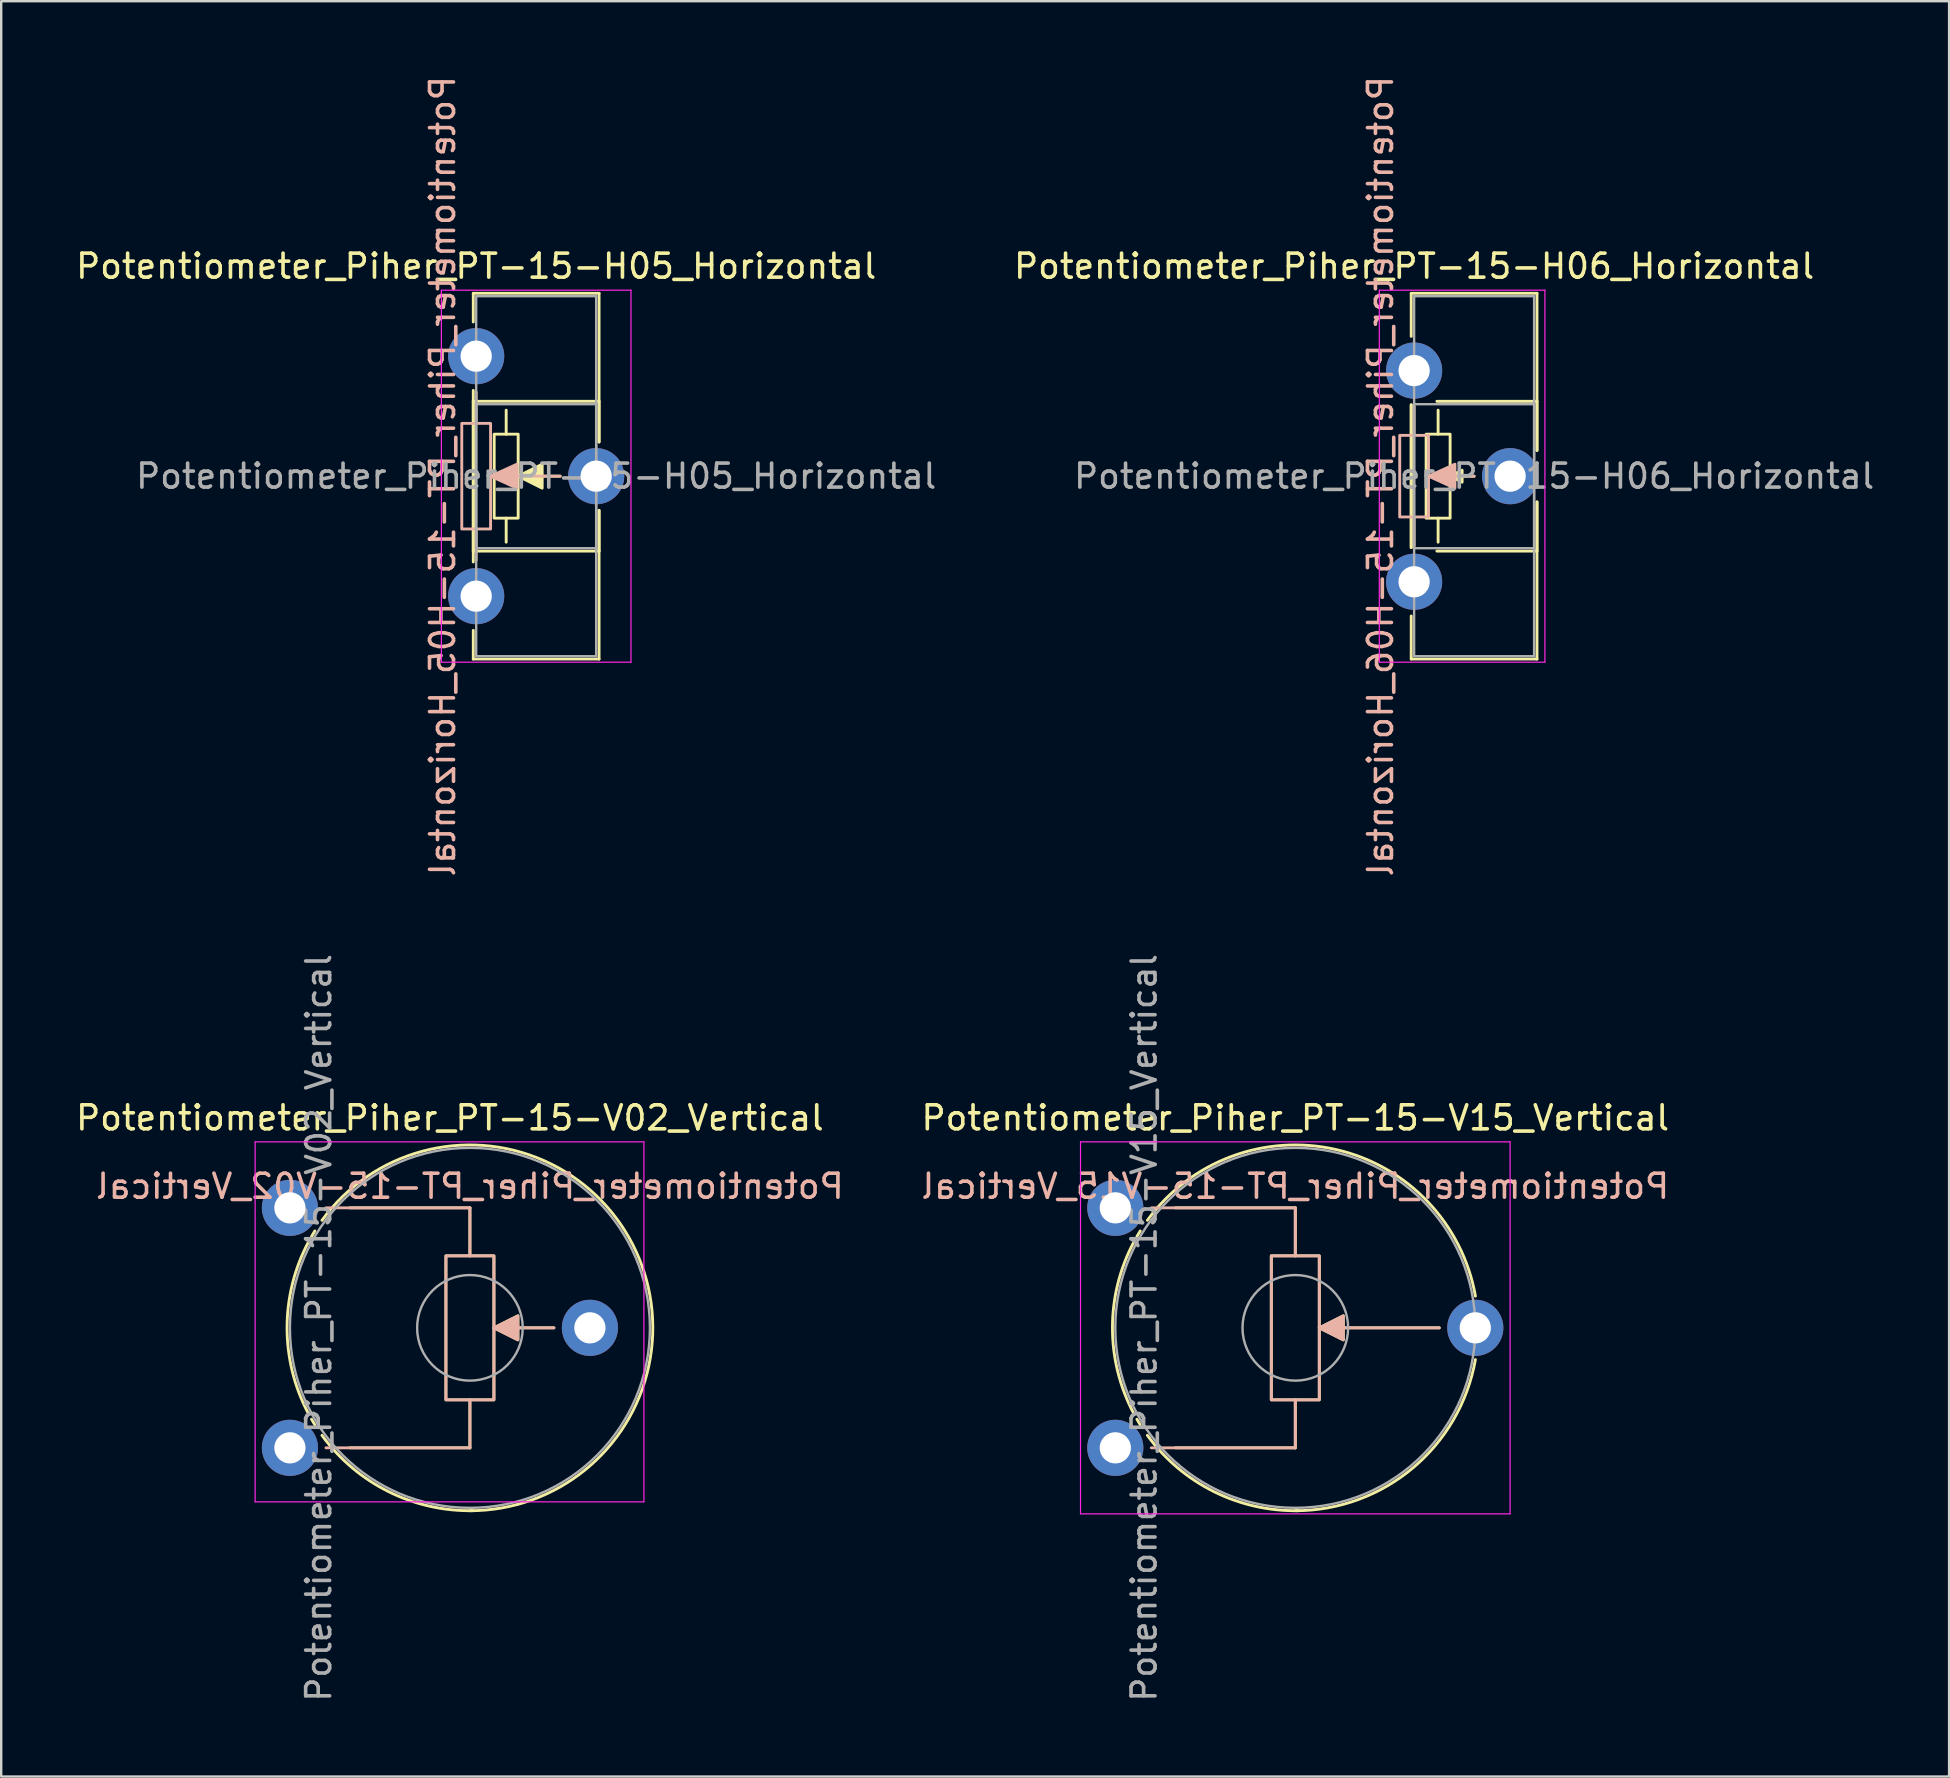
<source format=kicad_pcb>
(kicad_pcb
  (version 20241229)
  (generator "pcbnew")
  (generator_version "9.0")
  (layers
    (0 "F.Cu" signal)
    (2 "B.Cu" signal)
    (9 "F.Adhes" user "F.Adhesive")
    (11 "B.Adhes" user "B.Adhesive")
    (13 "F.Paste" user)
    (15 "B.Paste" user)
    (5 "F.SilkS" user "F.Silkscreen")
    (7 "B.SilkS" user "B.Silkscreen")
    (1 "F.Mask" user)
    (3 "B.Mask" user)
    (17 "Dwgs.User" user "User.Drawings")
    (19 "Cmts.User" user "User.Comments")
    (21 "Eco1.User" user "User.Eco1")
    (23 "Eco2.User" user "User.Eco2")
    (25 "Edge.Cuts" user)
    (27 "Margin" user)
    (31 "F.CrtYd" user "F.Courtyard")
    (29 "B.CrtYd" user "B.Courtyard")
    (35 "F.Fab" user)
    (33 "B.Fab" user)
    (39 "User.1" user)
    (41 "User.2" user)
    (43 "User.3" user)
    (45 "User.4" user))
  (footprint "Potentiometer_Piher_PT-15-V02_Vertical"
    (layer "F.Cu")
    (at 9.031 57.28)
    (property "Reference" "Potentiometer_Piher_PT-15-V02_Vertical" (at 6.665 -13.75 0) (layer "F.SilkS") (effects (font (size 1 1) (thickness 0.15))))
    (attr through_hole)
    (fp_line (start 2.5 -10) (end 7.5 -10) (stroke (width 0.12) (type solid)) (layer "F.SilkS"))
    (fp_line (start 7.5 -10) (end 7.5 -8) (stroke (width 0.12) (type solid)) (layer "F.SilkS"))
    (fp_line (start 7.5 -2) (end 7.5 0) (stroke (width 0.12) (type solid)) (layer "F.SilkS"))
    (fp_line (start 7.5 0) (end 2.5 0) (stroke (width 0.12) (type solid)) (layer "F.SilkS"))
    (fp_line (start 8.5 -5) (end 11 -5) (stroke (width 0.12) (type solid)) (layer "F.SilkS"))
    (fp_rect (start 6.5 -8) (end 8.5 -2) (stroke (width 0.12) (type solid)) (fill no) (layer "F.SilkS"))
    (fp_arc (start 0.772013 -1.423856) (mid -0.119358 -5.001051) (end 0.773 -8.578) (stroke (width 0.12) (type solid)) (layer "F.SilkS"))
    (fp_arc (start 0.902012 -8.810055) (mid 0.969511 -8.924625) (end 1.039 -9.038) (stroke (width 0.12) (type solid)) (layer "F.SilkS"))
    (fp_arc (start 1.037952 -0.963019) (mid 0.968481 -1.076412) (end 0.901 -1.191) (stroke (width 0.12) (type solid)) (layer "F.SilkS"))
    (fp_arc (start 1.335291 -9.478924) (mid 14.28947 -8.459407) (end 7.5 2.62) (stroke (width 0.12) (type solid)) (layer "F.SilkS"))
    (fp_arc (start 7.632064 2.618548) (mid 4.099288 1.818715) (end 1.335 -0.522) (stroke (width 0.12) (type solid)) (layer "F.SilkS"))
    (fp_poly (pts (xy 9.5 -4.5) (xy 8.5 -5) (xy 9.5 -5.5)) (stroke (width 0.12) (type solid)) (fill yes) (layer "F.SilkS"))
    (fp_line (start 1.5 -10) (end 7.5 -10) (stroke (width 0.12) (type solid)) (layer "B.SilkS"))
    (fp_line (start 7.5 -10) (end 7.5 -8) (stroke (width 0.12) (type solid)) (layer "B.SilkS"))
    (fp_line (start 7.5 -2) (end 7.5 0) (stroke (width 0.12) (type solid)) (layer "B.SilkS"))
    (fp_line (start 7.5 0) (end 1.5 0) (stroke (width 0.12) (type solid)) (layer "B.SilkS"))
    (fp_line (start 11 -5) (end 8.5 -5) (stroke (width 0.12) (type solid)) (layer "B.SilkS"))
    (fp_rect (start 6.5 -8) (end 8.5 -2) (stroke (width 0.12) (type solid)) (fill no) (layer "B.SilkS"))
    (fp_poly (pts (xy 9.5 -4.5) (xy 8.5 -5) (xy 9.5 -5.5)) (stroke (width 0.12) (type solid)) (fill yes) (layer "B.SilkS"))
    (fp_line (start -1.45 -12.75) (end -1.45 2.25) (stroke (width 0.05) (type solid)) (layer "F.CrtYd"))
    (fp_line (start -1.45 2.25) (end 14.75 2.25) (stroke (width 0.05) (type solid)) (layer "F.CrtYd"))
    (fp_line (start 14.75 -12.75) (end -1.45 -12.75) (stroke (width 0.05) (type solid)) (layer "F.CrtYd"))
    (fp_line (start 14.75 2.25) (end 14.75 -12.75) (stroke (width 0.05) (type solid)) (layer "F.CrtYd"))
    (fp_circle (center 7.5 -5) (end 9.7 -5) (stroke (width 0.1) (type solid)) (fill no) (layer "F.Fab"))
    (fp_circle (center 7.5 -5) (end 15 -5) (stroke (width 0.1) (type solid)) (fill no) (layer "F.Fab"))
    (fp_text user "${REFERENCE}" (at 7.5 -10.9 0) (unlocked yes) (layer "B.SilkS") (effects (font (size 1 1) (thickness 0.15)) (justify mirror)))
    (fp_text user "${REFERENCE}" (at 1.2 -5 90) (layer "F.Fab") (effects (font (size 1 1) (thickness 0.15))))
    (pad "1" thru_hole circle (at 0 0) (size 2.34 2.34) (drill 1.3) (layers "*.Cu" "*.Mask"))
    (pad "2" thru_hole circle (at 12.5 -5) (size 2.34 2.34) (drill 1.3) (layers "*.Cu" "*.Mask"))
    (pad "3" thru_hole circle (at 0 -10) (size 2.34 2.34) (drill 1.3) (layers "*.Cu" "*.Mask")))
  (footprint "Potentiometer_Piher_PT-15-H06_Horizontal"
    (layer "F.Cu")
    (at 55.875 12.392)
    (property "Reference" "Potentiometer_Piher_PT-15-H06_Horizontal" (at 0 -4.35 0) (layer "F.SilkS") (effects (font (size 1 1) (thickness 0.15))))
    (attr through_hole)
    (fp_line (start -0.121 -3.22) (end -0.121 -1.426) (stroke (width 0.12) (type solid)) (layer "F.SilkS"))
    (fp_line (start -0.121 -3.22) (end 5.12 -3.22) (stroke (width 0.12) (type solid)) (layer "F.SilkS"))
    (fp_line (start -0.121 1.426) (end -0.121 7.376) (stroke (width 0.12) (type solid)) (layer "F.SilkS"))
    (fp_line (start -0.121 1.426) (end -0.121 7.376) (stroke (width 0.12) (type solid)) (layer "F.SilkS"))
    (fp_line (start -0.121 10.226) (end -0.121 12.02) (stroke (width 0.12) (type solid)) (layer "F.SilkS"))
    (fp_line (start -0.121 12.02) (end 5.12 12.02) (stroke (width 0.12) (type solid)) (layer "F.SilkS"))
    (fp_line (start 0.948 1.281) (end 5.12 1.281) (stroke (width 0.12) (type solid)) (layer "F.SilkS"))
    (fp_line (start 0.948 7.52) (end 5.12 7.52) (stroke (width 0.12) (type solid)) (layer "F.SilkS"))
    (fp_line (start 1 2.65) (end 1 1.65) (stroke (width 0.12) (type solid)) (layer "F.SilkS"))
    (fp_line (start 1 6.15) (end 1 7.15) (stroke (width 0.12) (type solid)) (layer "F.SilkS"))
    (fp_line (start 2.5 4.4) (end 1.5 4.4) (stroke (width 0.12) (type solid)) (layer "F.SilkS"))
    (fp_line (start 5.12 -3.22) (end 5.12 3.328) (stroke (width 0.12) (type solid)) (layer "F.SilkS"))
    (fp_line (start 5.12 1.281) (end 5.12 3.328) (stroke (width 0.12) (type solid)) (layer "F.SilkS"))
    (fp_line (start 5.12 5.473) (end 5.12 7.52) (stroke (width 0.12) (type solid)) (layer "F.SilkS"))
    (fp_line (start 5.12 5.473) (end 5.12 12.02) (stroke (width 0.12) (type solid)) (layer "F.SilkS"))
    (fp_rect (start 0.5 2.65) (end 1.5 6.15) (stroke (width 0.12) (type solid)) (fill no) (layer "F.SilkS"))
    (fp_poly (pts (xy 2 4.65) (xy 1.5 4.4) (xy 2 4.15)) (stroke (width 0.12) (type solid)) (fill yes) (layer "F.SilkS"))
    (fp_line (start 0 2.7) (end 0 1.5) (stroke (width 0.12) (type solid)) (layer "B.SilkS"))
    (fp_line (start 0 6.1) (end 0 7.3) (stroke (width 0.12) (type solid)) (layer "B.SilkS"))
    (fp_line (start 2.5 4.4) (end 0.6 4.4) (stroke (width 0.12) (type solid)) (layer "B.SilkS"))
    (fp_rect (start -0.6 2.7) (end 0.6 6.1) (stroke (width 0.12) (type solid)) (fill no) (layer "B.SilkS"))
    (fp_poly (pts (xy 1.7 4.9) (xy 0.6 4.4) (xy 1.7 3.9)) (stroke (width 0.12) (type solid)) (fill yes) (layer "B.SilkS"))
    (fp_line (start -1.45 -3.35) (end -1.45 12.15) (stroke (width 0.05) (type solid)) (layer "F.CrtYd"))
    (fp_line (start -1.45 12.15) (end 5.45 12.15) (stroke (width 0.05) (type solid)) (layer "F.CrtYd"))
    (fp_line (start 5.45 -3.35) (end -1.45 -3.35) (stroke (width 0.05) (type solid)) (layer "F.CrtYd"))
    (fp_line (start 5.45 12.15) (end 5.45 -3.35) (stroke (width 0.05) (type solid)) (layer "F.CrtYd"))
    (fp_line (start 0 -3.1) (end 5 -3.1) (stroke (width 0.1) (type solid)) (layer "F.Fab"))
    (fp_line (start 0 1.4) (end 0 7.4) (stroke (width 0.1) (type solid)) (layer "F.Fab"))
    (fp_line (start 0 7.4) (end 5 7.4) (stroke (width 0.1) (type solid)) (layer "F.Fab"))
    (fp_line (start 0 11.9) (end 0 -3.1) (stroke (width 0.1) (type solid)) (layer "F.Fab"))
    (fp_line (start 5 -3.1) (end 5 11.9) (stroke (width 0.1) (type solid)) (layer "F.Fab"))
    (fp_line (start 5 1.4) (end 0 1.4) (stroke (width 0.1) (type solid)) (layer "F.Fab"))
    (fp_line (start 5 7.4) (end 5 1.4) (stroke (width 0.1) (type solid)) (layer "F.Fab"))
    (fp_line (start 5 11.9) (end 0 11.9) (stroke (width 0.1) (type solid)) (layer "F.Fab"))
    (fp_text user "${REFERENCE}" (at -1.4 4.4 90) (unlocked yes) (layer "B.SilkS") (effects (font (size 1 1) (thickness 0.15)) (justify mirror)))
    (fp_text user "${REFERENCE}" (at 2.5 4.4 0) (layer "F.Fab") (effects (font (size 1 1) (thickness 0.15))))
    (pad "1" thru_hole circle (at 0 0) (size 2.34 2.34) (drill 1.3) (layers "*.Cu" "*.Mask"))
    (pad "2" thru_hole circle (at 4 4.4) (size 2.34 2.34) (drill 1.3) (layers "*.Cu" "*.Mask"))
    (pad "3" thru_hole circle (at 0 8.8) (size 2.34 2.34) (drill 1.3) (layers "*.Cu" "*.Mask")))
  (footprint "Potentiometer_Piher_PT-15-H05_Horizontal"
    (layer "F.Cu")
    (at 16.792 11.792)
    (property "Reference" "Potentiometer_Piher_PT-15-H05_Horizontal" (at 0 -3.75 0) (layer "F.SilkS") (effects (font (size 1 1) (thickness 0.15))))
    (attr through_hole)
    (fp_line (start -0.121 -2.62) (end -0.121 -1.426) (stroke (width 0.12) (type solid)) (layer "F.SilkS"))
    (fp_line (start -0.121 -2.62) (end 5.12 -2.62) (stroke (width 0.12) (type solid)) (layer "F.SilkS"))
    (fp_line (start -0.121 1.426) (end -0.121 8.575) (stroke (width 0.12) (type solid)) (layer "F.SilkS"))
    (fp_line (start -0.121 1.88) (end -0.121 8.121) (stroke (width 0.12) (type solid)) (layer "F.SilkS"))
    (fp_line (start -0.121 1.88) (end 5.12 1.88) (stroke (width 0.12) (type solid)) (layer "F.SilkS"))
    (fp_line (start -0.121 8.121) (end 5.12 8.121) (stroke (width 0.12) (type solid)) (layer "F.SilkS"))
    (fp_line (start -0.121 11.425) (end -0.121 12.62) (stroke (width 0.12) (type solid)) (layer "F.SilkS"))
    (fp_line (start -0.121 12.62) (end 5.12 12.62) (stroke (width 0.12) (type solid)) (layer "F.SilkS"))
    (fp_line (start 1.25 3.25) (end 1.25 2.25) (stroke (width 0.12) (type solid)) (layer "F.SilkS"))
    (fp_line (start 1.25 6.75) (end 1.25 7.75) (stroke (width 0.12) (type solid)) (layer "F.SilkS"))
    (fp_line (start 3.5 5) (end 1.75 5) (stroke (width 0.12) (type solid)) (layer "F.SilkS"))
    (fp_line (start 5.12 -2.62) (end 5.12 3.575) (stroke (width 0.12) (type solid)) (layer "F.SilkS"))
    (fp_line (start 5.12 1.88) (end 5.12 3.575) (stroke (width 0.12) (type solid)) (layer "F.SilkS"))
    (fp_line (start 5.12 6.425) (end 5.12 8.121) (stroke (width 0.12) (type solid)) (layer "F.SilkS"))
    (fp_line (start 5.12 6.425) (end 5.12 12.62) (stroke (width 0.12) (type solid)) (layer "F.SilkS"))
    (fp_rect (start 0.75 3.25) (end 1.75 6.75) (stroke (width 0.12) (type solid)) (fill no) (layer "F.SilkS"))
    (fp_poly (pts (xy 2.75 5.5) (xy 1.75 5) (xy 2.75 4.5)) (stroke (width 0.12) (type solid)) (fill yes) (layer "F.SilkS"))
    (fp_line (start 0 2.8) (end 0 1.5) (stroke (width 0.12) (type solid)) (layer "B.SilkS"))
    (fp_line (start 0 7.2) (end 0 8.5) (stroke (width 0.12) (type solid)) (layer "B.SilkS"))
    (fp_line (start 3.5 5) (end 0.6 5) (stroke (width 0.12) (type solid)) (layer "B.SilkS"))
    (fp_rect (start -0.6 2.8) (end 0.6 7.2) (stroke (width 0.12) (type solid)) (fill no) (layer "B.SilkS"))
    (fp_poly (pts (xy 1.7 5.5) (xy 0.6 5) (xy 1.7 4.5)) (stroke (width 0.12) (type solid)) (fill yes) (layer "B.SilkS"))
    (fp_line (start -1.45 -2.75) (end -1.45 12.75) (stroke (width 0.05) (type solid)) (layer "F.CrtYd"))
    (fp_line (start -1.45 12.75) (end 6.45 12.75) (stroke (width 0.05) (type solid)) (layer "F.CrtYd"))
    (fp_line (start 6.45 -2.75) (end -1.45 -2.75) (stroke (width 0.05) (type solid)) (layer "F.CrtYd"))
    (fp_line (start 6.45 12.75) (end 6.45 -2.75) (stroke (width 0.05) (type solid)) (layer "F.CrtYd"))
    (fp_line (start 0 -2.5) (end 5 -2.5) (stroke (width 0.1) (type solid)) (layer "F.Fab"))
    (fp_line (start 0 2) (end 0 8) (stroke (width 0.1) (type solid)) (layer "F.Fab"))
    (fp_line (start 0 8) (end 5 8) (stroke (width 0.1) (type solid)) (layer "F.Fab"))
    (fp_line (start 0 12.5) (end 0 -2.5) (stroke (width 0.1) (type solid)) (layer "F.Fab"))
    (fp_line (start 5 -2.5) (end 5 12.5) (stroke (width 0.1) (type solid)) (layer "F.Fab"))
    (fp_line (start 5 2) (end 0 2) (stroke (width 0.1) (type solid)) (layer "F.Fab"))
    (fp_line (start 5 8) (end 5 2) (stroke (width 0.1) (type solid)) (layer "F.Fab"))
    (fp_line (start 5 12.5) (end 0 12.5) (stroke (width 0.1) (type solid)) (layer "F.Fab"))
    (fp_text user "${REFERENCE}" (at -1.4 5 90) (unlocked yes) (layer "B.SilkS") (effects (font (size 1 1) (thickness 0.15)) (justify mirror)))
    (fp_text user "${REFERENCE}" (at 2.5 5 0) (layer "F.Fab") (effects (font (size 1 1) (thickness 0.15))))
    (pad "1" thru_hole circle (at 0 0) (size 2.34 2.34) (drill 1.3) (layers "*.Cu" "*.Mask"))
    (pad "2" thru_hole circle (at 5 5) (size 2.34 2.34) (drill 1.3) (layers "*.Cu" "*.Mask"))
    (pad "3" thru_hole circle (at 0 10) (size 2.34 2.34) (drill 1.3) (layers "*.Cu" "*.Mask")))
  (footprint "Potentiometer_Piher_PT-15-V15_Vertical"
    (layer "F.Cu")
    (at 43.424 57.28)
    (property "Reference" "Potentiometer_Piher_PT-15-V15_Vertical" (at 7.5 -13.75 0) (layer "F.SilkS") (effects (font (size 1 1) (thickness 0.15))))
    (attr through_hole)
    (fp_line (start 2.5 -10) (end 7.5 -10) (stroke (width 0.12) (type solid)) (layer "F.SilkS"))
    (fp_line (start 7.5 -10) (end 7.5 -8) (stroke (width 0.12) (type solid)) (layer "F.SilkS"))
    (fp_line (start 7.5 -2) (end 7.5 0) (stroke (width 0.12) (type solid)) (layer "F.SilkS"))
    (fp_line (start 7.5 0) (end 2.5 0) (stroke (width 0.12) (type solid)) (layer "F.SilkS"))
    (fp_line (start 9 -5) (end 13.5 -5) (stroke (width 0.12) (type solid)) (layer "F.SilkS"))
    (fp_rect (start 6.5 -8) (end 8.5 -2) (stroke (width 0.12) (type solid)) (fill no) (layer "F.SilkS"))
    (fp_arc (start 0.772013 -1.423856) (mid -0.119358 -5.001051) (end 0.773 -8.578) (stroke (width 0.12) (type solid)) (layer "F.SilkS"))
    (fp_arc (start 0.902012 -8.810055) (mid 0.969511 -8.924625) (end 1.039 -9.038) (stroke (width 0.12) (type solid)) (layer "F.SilkS"))
    (fp_arc (start 1.037952 -0.963019) (mid 0.968481 -1.076412) (end 0.901 -1.191) (stroke (width 0.12) (type solid)) (layer "F.SilkS"))
    (fp_arc (start 1.335622 -9.480307) (mid 9.21553 -12.424935) (end 15.005 -6.322) (stroke (width 0.12) (type solid)) (layer "F.SilkS"))
    (fp_arc (start 7.632064 2.618548) (mid 4.099288 1.818715) (end 1.335 -0.522) (stroke (width 0.12) (type solid)) (layer "F.SilkS"))
    (fp_arc (start 15.004235 -3.676801) (mid 12.398042 0.837259) (end 7.5 2.62) (stroke (width 0.12) (type solid)) (layer "F.SilkS"))
    (fp_poly (pts (xy 9.5 -4.5) (xy 8.5 -5) (xy 9.5 -5.5)) (stroke (width 0.12) (type solid)) (fill yes) (layer "F.SilkS"))
    (fp_line (start 1.5 -10) (end 7.5 -10) (stroke (width 0.12) (type solid)) (layer "B.SilkS"))
    (fp_line (start 7.5 -10) (end 7.5 -8) (stroke (width 0.12) (type solid)) (layer "B.SilkS"))
    (fp_line (start 7.5 -2) (end 7.5 0) (stroke (width 0.12) (type solid)) (layer "B.SilkS"))
    (fp_line (start 7.5 0) (end 1.5 0) (stroke (width 0.12) (type solid)) (layer "B.SilkS"))
    (fp_line (start 13.5 -5) (end 8.5 -5) (stroke (width 0.12) (type solid)) (layer "B.SilkS"))
    (fp_rect (start 6.5 -8) (end 8.5 -2) (stroke (width 0.12) (type solid)) (fill no) (layer "B.SilkS"))
    (fp_poly (pts (xy 9.5 -4.5) (xy 8.5 -5) (xy 9.5 -5.5)) (stroke (width 0.12) (type solid)) (fill yes) (layer "B.SilkS"))
    (fp_line (start -1.45 -12.75) (end -1.45 2.75) (stroke (width 0.05) (type solid)) (layer "F.CrtYd"))
    (fp_line (start -1.45 2.75) (end 16.45 2.75) (stroke (width 0.05) (type solid)) (layer "F.CrtYd"))
    (fp_line (start 16.45 -12.75) (end -1.45 -12.75) (stroke (width 0.05) (type solid)) (layer "F.CrtYd"))
    (fp_line (start 16.45 2.75) (end 16.45 -12.75) (stroke (width 0.05) (type solid)) (layer "F.CrtYd"))
    (fp_circle (center 7.5 -5) (end 9.7 -5) (stroke (width 0.1) (type solid)) (fill no) (layer "F.Fab"))
    (fp_circle (center 7.5 -5) (end 15 -5) (stroke (width 0.1) (type solid)) (fill no) (layer "F.Fab"))
    (fp_text user "${REFERENCE}" (at 7.5 -10.9 0) (unlocked yes) (layer "B.SilkS") (effects (font (size 1 1) (thickness 0.15)) (justify mirror)))
    (fp_text user "${REFERENCE}" (at 1.2 -5 90) (layer "F.Fab") (effects (font (size 1 1) (thickness 0.15))))
    (pad "1" thru_hole circle (at 0 0) (size 2.34 2.34) (drill 1.3) (layers "*.Cu" "*.Mask"))
    (pad "2" thru_hole circle (at 15 -5) (size 2.34 2.34) (drill 1.3) (layers "*.Cu" "*.Mask"))
    (pad "3" thru_hole circle (at 0 -10) (size 2.34 2.34) (drill 1.3) (layers "*.Cu" "*.Mask")))
  (gr_rect
    (start -3 -3)
    (end 78.167 70.976)
    (stroke (width 0.1) (type default))
    (fill no)
    (layer "Edge.Cuts")))
</source>
